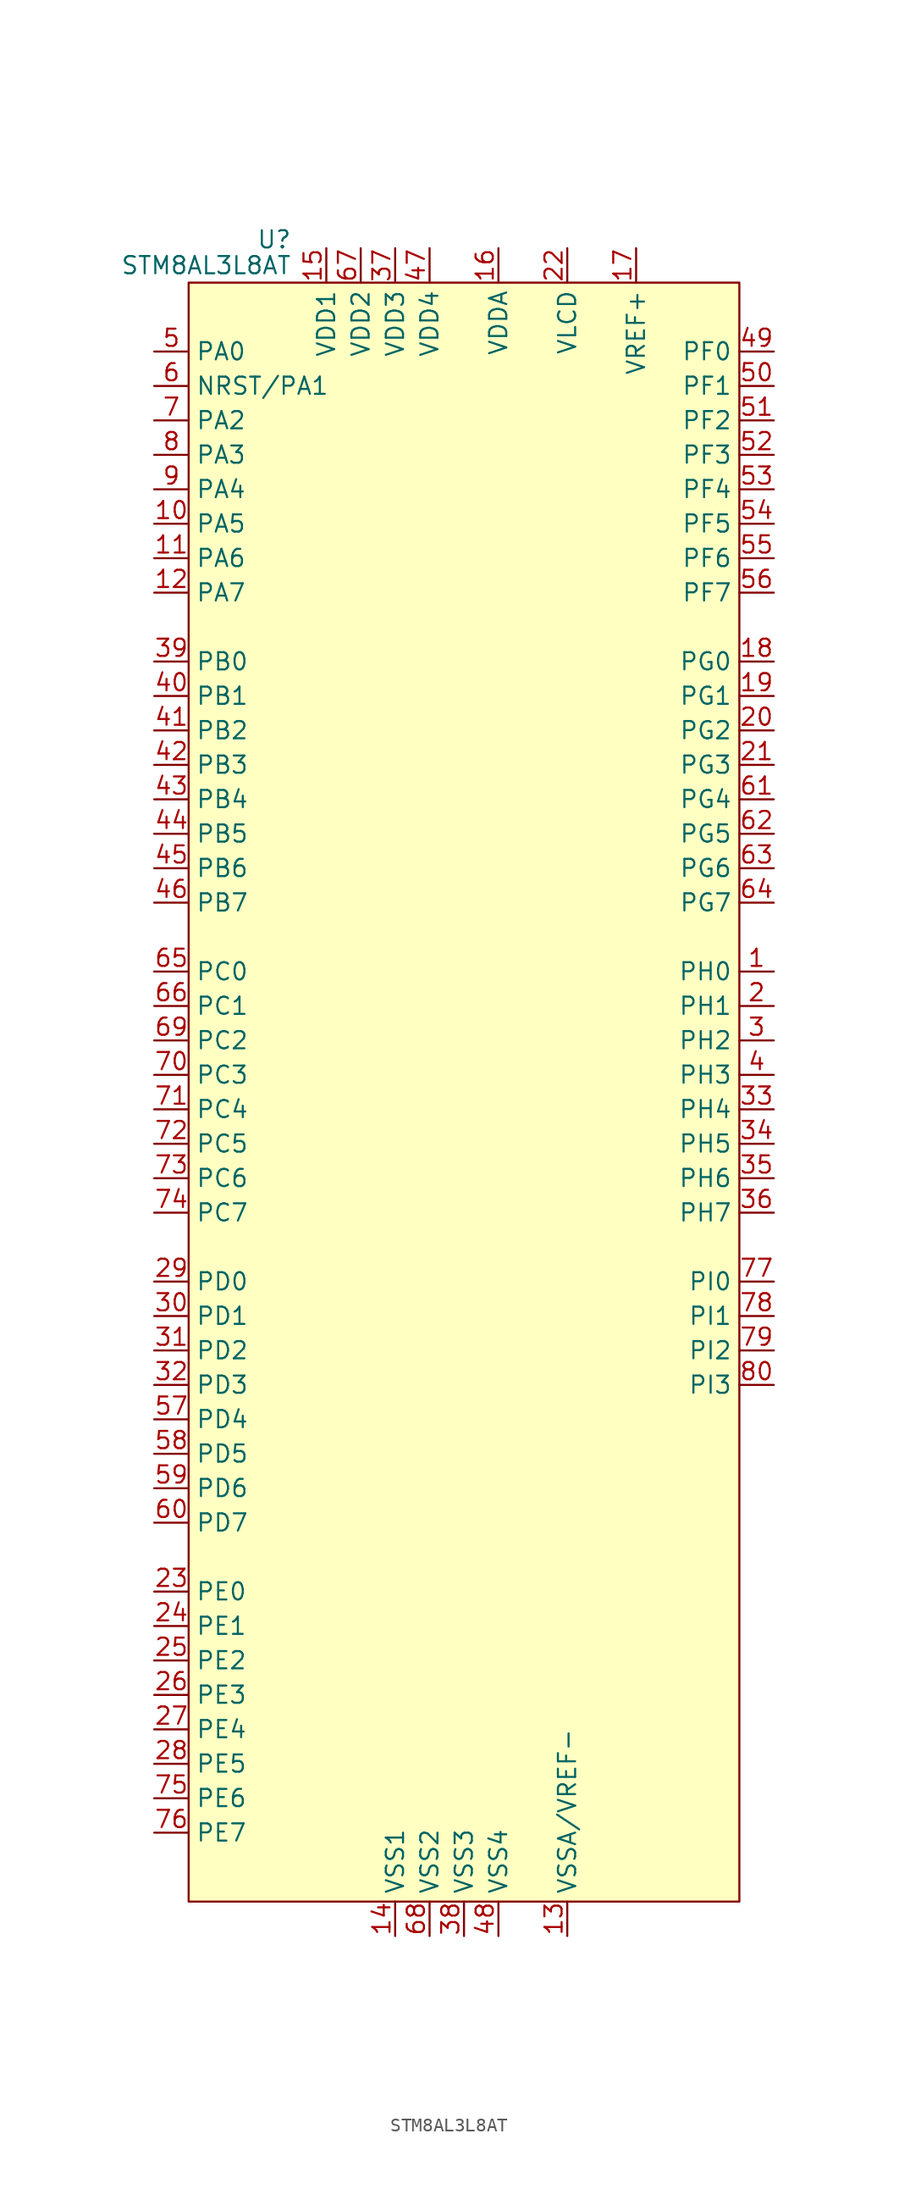
<source format=kicad_sym>
(kicad_symbol_lib
  (version 20241209)
  (generator "kicad_symbol_editor")
  (generator_version "9.0")
  (symbol "STM8AL3L8AT"
    (property "Reference" "U"
      (at -12.7 61.595 0)
      (effects (font (size 1.27 1.27)) (justify right)))
    (property "Value" "STM8AL3L8AT"
      (at -12.7 59.69 0)
      (effects (font (size 1.27 1.27)) (justify right)))
    (symbol "STM8AL3L8AT_0_0"
      (pin bidirectional line (at -22.86 53.34 0) (length 2.54) (name "PA0" (effects (font (size 1.27 1.27)))) (number "5" (effects (font (size 1.27 1.27)))))
      (pin bidirectional line (at -22.86 50.8 0) (length 2.54) (name "NRST/PA1" (effects (font (size 1.27 1.27)))) (number "6" (effects (font (size 1.27 1.27)))))
      (pin bidirectional line (at -22.86 48.26 0) (length 2.54) (name "PA2" (effects (font (size 1.27 1.27)))) (number "7" (effects (font (size 1.27 1.27)))))
      (pin bidirectional line (at -22.86 45.72 0) (length 2.54) (name "PA3" (effects (font (size 1.27 1.27)))) (number "8" (effects (font (size 1.27 1.27)))))
      (pin bidirectional line (at -22.86 43.18 0) (length 2.54) (name "PA4" (effects (font (size 1.27 1.27)))) (number "9" (effects (font (size 1.27 1.27)))))
      (pin bidirectional line (at -22.86 40.64 0) (length 2.54) (name "PA5" (effects (font (size 1.27 1.27)))) (number "10" (effects (font (size 1.27 1.27)))))
      (pin bidirectional line (at -22.86 38.1 0) (length 2.54) (name "PA6" (effects (font (size 1.27 1.27)))) (number "11" (effects (font (size 1.27 1.27)))))
      (pin bidirectional line (at -22.86 35.56 0) (length 2.54) (name "PA7" (effects (font (size 1.27 1.27)))) (number "12" (effects (font (size 1.27 1.27)))))
      (pin bidirectional line (at -22.86 30.48 0) (length 2.54) (name "PB0" (effects (font (size 1.27 1.27)))) (number "39" (effects (font (size 1.27 1.27)))))
      (pin bidirectional line (at -22.86 27.94 0) (length 2.54) (name "PB1" (effects (font (size 1.27 1.27)))) (number "40" (effects (font (size 1.27 1.27)))))
      (pin bidirectional line (at -22.86 25.4 0) (length 2.54) (name "PB2" (effects (font (size 1.27 1.27)))) (number "41" (effects (font (size 1.27 1.27)))))
      (pin bidirectional line (at -22.86 22.86 0) (length 2.54) (name "PB3" (effects (font (size 1.27 1.27)))) (number "42" (effects (font (size 1.27 1.27)))))
      (pin bidirectional line (at -22.86 20.32 0) (length 2.54) (name "PB4" (effects (font (size 1.27 1.27)))) (number "43" (effects (font (size 1.27 1.27)))))
      (pin bidirectional line (at -22.86 17.78 0) (length 2.54) (name "PB5" (effects (font (size 1.27 1.27)))) (number "44" (effects (font (size 1.27 1.27)))))
      (pin bidirectional line (at -22.86 15.24 0) (length 2.54) (name "PB6" (effects (font (size 1.27 1.27)))) (number "45" (effects (font (size 1.27 1.27)))))
      (pin bidirectional line (at -22.86 12.7 0) (length 2.54) (name "PB7" (effects (font (size 1.27 1.27)))) (number "46" (effects (font (size 1.27 1.27)))))
      (pin bidirectional line (at -22.86 7.62 0) (length 2.54) (name "PC0" (effects (font (size 1.27 1.27)))) (number "65" (effects (font (size 1.27 1.27)))))
      (pin bidirectional line (at -22.86 5.08 0) (length 2.54) (name "PC1" (effects (font (size 1.27 1.27)))) (number "66" (effects (font (size 1.27 1.27)))))
      (pin bidirectional line (at -22.86 2.54 0) (length 2.54) (name "PC2" (effects (font (size 1.27 1.27)))) (number "69" (effects (font (size 1.27 1.27)))))
      (pin bidirectional line (at -22.86 0 0) (length 2.54) (name "PC3" (effects (font (size 1.27 1.27)))) (number "70" (effects (font (size 1.27 1.27)))))
      (pin bidirectional line (at -22.86 -2.54 0) (length 2.54) (name "PC4" (effects (font (size 1.27 1.27)))) (number "71" (effects (font (size 1.27 1.27)))))
      (pin bidirectional line (at -22.86 -5.08 0) (length 2.54) (name "PC5" (effects (font (size 1.27 1.27)))) (number "72" (effects (font (size 1.27 1.27)))))
      (pin bidirectional line (at -22.86 -7.62 0) (length 2.54) (name "PC6" (effects (font (size 1.27 1.27)))) (number "73" (effects (font (size 1.27 1.27)))))
      (pin bidirectional line (at -22.86 -10.16 0) (length 2.54) (name "PC7" (effects (font (size 1.27 1.27)))) (number "74" (effects (font (size 1.27 1.27)))))
      (pin bidirectional line (at -22.86 -15.24 0) (length 2.54) (name "PD0" (effects (font (size 1.27 1.27)))) (number "29" (effects (font (size 1.27 1.27)))))
      (pin bidirectional line (at -22.86 -17.78 0) (length 2.54) (name "PD1" (effects (font (size 1.27 1.27)))) (number "30" (effects (font (size 1.27 1.27)))))
      (pin bidirectional line (at -22.86 -20.32 0) (length 2.54) (name "PD2" (effects (font (size 1.27 1.27)))) (number "31" (effects (font (size 1.27 1.27)))))
      (pin bidirectional line (at -22.86 -22.86 0) (length 2.54) (name "PD3" (effects (font (size 1.27 1.27)))) (number "32" (effects (font (size 1.27 1.27)))))
      (pin bidirectional line (at -22.86 -25.4 0) (length 2.54) (name "PD4" (effects (font (size 1.27 1.27)))) (number "57" (effects (font (size 1.27 1.27)))))
      (pin bidirectional line (at -22.86 -27.94 0) (length 2.54) (name "PD5" (effects (font (size 1.27 1.27)))) (number "58" (effects (font (size 1.27 1.27)))))
      (pin bidirectional line (at -22.86 -30.48 0) (length 2.54) (name "PD6" (effects (font (size 1.27 1.27)))) (number "59" (effects (font (size 1.27 1.27)))))
      (pin bidirectional line (at -22.86 -33.02 0) (length 2.54) (name "PD7" (effects (font (size 1.27 1.27)))) (number "60" (effects (font (size 1.27 1.27)))))
      (pin bidirectional line (at -22.86 -38.1 0) (length 2.54) (name "PE0" (effects (font (size 1.27 1.27)))) (number "23" (effects (font (size 1.27 1.27)))))
      (pin bidirectional line (at -22.86 -40.64 0) (length 2.54) (name "PE1" (effects (font (size 1.27 1.27)))) (number "24" (effects (font (size 1.27 1.27)))))
      (pin bidirectional line (at -22.86 -43.18 0) (length 2.54) (name "PE2" (effects (font (size 1.27 1.27)))) (number "25" (effects (font (size 1.27 1.27)))))
      (pin bidirectional line (at -22.86 -45.72 0) (length 2.54) (name "PE3" (effects (font (size 1.27 1.27)))) (number "26" (effects (font (size 1.27 1.27)))))
      (pin bidirectional line (at -22.86 -48.26 0) (length 2.54) (name "PE4" (effects (font (size 1.27 1.27)))) (number "27" (effects (font (size 1.27 1.27)))))
      (pin bidirectional line (at -22.86 -50.8 0) (length 2.54) (name "PE5" (effects (font (size 1.27 1.27)))) (number "28" (effects (font (size 1.27 1.27)))))
      (pin bidirectional line (at -22.86 -53.34 0) (length 2.54) (name "PE6" (effects (font (size 1.27 1.27)))) (number "75" (effects (font (size 1.27 1.27)))))
      (pin bidirectional line (at -22.86 -55.88 0) (length 2.54) (name "PE7" (effects (font (size 1.27 1.27)))) (number "76" (effects (font (size 1.27 1.27)))))
      (pin power_in line (at -10.16 60.96 270) (length 2.54) (name "VDD1" (effects (font (size 1.27 1.27)))) (number "15" (effects (font (size 1.27 1.27)))))
      (pin power_in line (at -7.62 60.96 270) (length 2.54) (name "VDD2" (effects (font (size 1.27 1.27)))) (number "67" (effects (font (size 1.27 1.27)))))
      (pin power_in line (at -5.08 60.96 270) (length 2.54) (name "VDD3" (effects (font (size 1.27 1.27)))) (number "37" (effects (font (size 1.27 1.27)))))
      (pin power_in line (at -5.08 -63.5 90) (length 2.54) (name "VSS1" (effects (font (size 1.27 1.27)))) (number "14" (effects (font (size 1.27 1.27)))))
      (pin power_in line (at -2.54 60.96 270) (length 2.54) (name "VDD4" (effects (font (size 1.27 1.27)))) (number "47" (effects (font (size 1.27 1.27)))))
      (pin power_in line (at -2.54 -63.5 90) (length 2.54) (name "VSS2" (effects (font (size 1.27 1.27)))) (number "68" (effects (font (size 1.27 1.27)))))
      (pin power_in line (at 0 -63.5 90) (length 2.54) (name "VSS3" (effects (font (size 1.27 1.27)))) (number "38" (effects (font (size 1.27 1.27)))))
      (pin power_in line (at 2.54 60.96 270) (length 2.54) (name "VDDA" (effects (font (size 1.27 1.27)))) (number "16" (effects (font (size 1.27 1.27)))))
      (pin power_in line (at 2.54 -63.5 90) (length 2.54) (name "VSS4" (effects (font (size 1.27 1.27)))) (number "48" (effects (font (size 1.27 1.27)))))
      (pin power_in line (at 7.62 60.96 270) (length 2.54) (name "VLCD" (effects (font (size 1.27 1.27)))) (number "22" (effects (font (size 1.27 1.27)))))
      (pin power_in line (at 7.62 -63.5 90) (length 2.54) (name "VSSA/VREF-" (effects (font (size 1.27 1.27)))) (number "13" (effects (font (size 1.27 1.27)))))
      (pin power_in line (at 12.7 60.96 270) (length 2.54) (name "VREF+" (effects (font (size 1.27 1.27)))) (number "17" (effects (font (size 1.27 1.27)))))
      (pin bidirectional line (at 22.86 53.34 180) (length 2.54) (name "PF0" (effects (font (size 1.27 1.27)))) (number "49" (effects (font (size 1.27 1.27)))))
      (pin bidirectional line (at 22.86 50.8 180) (length 2.54) (name "PF1" (effects (font (size 1.27 1.27)))) (number "50" (effects (font (size 1.27 1.27)))))
      (pin bidirectional line (at 22.86 48.26 180) (length 2.54) (name "PF2" (effects (font (size 1.27 1.27)))) (number "51" (effects (font (size 1.27 1.27)))))
      (pin bidirectional line (at 22.86 45.72 180) (length 2.54) (name "PF3" (effects (font (size 1.27 1.27)))) (number "52" (effects (font (size 1.27 1.27)))))
      (pin bidirectional line (at 22.86 43.18 180) (length 2.54) (name "PF4" (effects (font (size 1.27 1.27)))) (number "53" (effects (font (size 1.27 1.27)))))
      (pin bidirectional line (at 22.86 40.64 180) (length 2.54) (name "PF5" (effects (font (size 1.27 1.27)))) (number "54" (effects (font (size 1.27 1.27)))))
      (pin bidirectional line (at 22.86 38.1 180) (length 2.54) (name "PF6" (effects (font (size 1.27 1.27)))) (number "55" (effects (font (size 1.27 1.27)))))
      (pin bidirectional line (at 22.86 35.56 180) (length 2.54) (name "PF7" (effects (font (size 1.27 1.27)))) (number "56" (effects (font (size 1.27 1.27)))))
      (pin bidirectional line (at 22.86 30.48 180) (length 2.54) (name "PG0" (effects (font (size 1.27 1.27)))) (number "18" (effects (font (size 1.27 1.27)))))
      (pin bidirectional line (at 22.86 27.94 180) (length 2.54) (name "PG1" (effects (font (size 1.27 1.27)))) (number "19" (effects (font (size 1.27 1.27)))))
      (pin bidirectional line (at 22.86 25.4 180) (length 2.54) (name "PG2" (effects (font (size 1.27 1.27)))) (number "20" (effects (font (size 1.27 1.27)))))
      (pin bidirectional line (at 22.86 22.86 180) (length 2.54) (name "PG3" (effects (font (size 1.27 1.27)))) (number "21" (effects (font (size 1.27 1.27)))))
      (pin bidirectional line (at 22.86 20.32 180) (length 2.54) (name "PG4" (effects (font (size 1.27 1.27)))) (number "61" (effects (font (size 1.27 1.27)))))
      (pin bidirectional line (at 22.86 17.78 180) (length 2.54) (name "PG5" (effects (font (size 1.27 1.27)))) (number "62" (effects (font (size 1.27 1.27)))))
      (pin bidirectional line (at 22.86 15.24 180) (length 2.54) (name "PG6" (effects (font (size 1.27 1.27)))) (number "63" (effects (font (size 1.27 1.27)))))
      (pin bidirectional line (at 22.86 12.7 180) (length 2.54) (name "PG7" (effects (font (size 1.27 1.27)))) (number "64" (effects (font (size 1.27 1.27)))))
      (pin bidirectional line (at 22.86 7.62 180) (length 2.54) (name "PH0" (effects (font (size 1.27 1.27)))) (number "1" (effects (font (size 1.27 1.27)))))
      (pin bidirectional line (at 22.86 5.08 180) (length 2.54) (name "PH1" (effects (font (size 1.27 1.27)))) (number "2" (effects (font (size 1.27 1.27)))))
      (pin bidirectional line (at 22.86 2.54 180) (length 2.54) (name "PH2" (effects (font (size 1.27 1.27)))) (number "3" (effects (font (size 1.27 1.27)))))
      (pin bidirectional line (at 22.86 0 180) (length 2.54) (name "PH3" (effects (font (size 1.27 1.27)))) (number "4" (effects (font (size 1.27 1.27)))))
      (pin bidirectional line (at 22.86 -2.54 180) (length 2.54) (name "PH4" (effects (font (size 1.27 1.27)))) (number "33" (effects (font (size 1.27 1.27)))))
      (pin bidirectional line (at 22.86 -5.08 180) (length 2.54) (name "PH5" (effects (font (size 1.27 1.27)))) (number "34" (effects (font (size 1.27 1.27)))))
      (pin bidirectional line (at 22.86 -7.62 180) (length 2.54) (name "PH6" (effects (font (size 1.27 1.27)))) (number "35" (effects (font (size 1.27 1.27)))))
      (pin bidirectional line (at 22.86 -10.16 180) (length 2.54) (name "PH7" (effects (font (size 1.27 1.27)))) (number "36" (effects (font (size 1.27 1.27)))))
      (pin bidirectional line (at 22.86 -15.24 180) (length 2.54) (name "PI0" (effects (font (size 1.27 1.27)))) (number "77" (effects (font (size 1.27 1.27)))))
      (pin bidirectional line (at 22.86 -17.78 180) (length 2.54) (name "PI1" (effects (font (size 1.27 1.27)))) (number "78" (effects (font (size 1.27 1.27)))))
      (pin bidirectional line (at 22.86 -20.32 180) (length 2.54) (name "PI2" (effects (font (size 1.27 1.27)))) (number "79" (effects (font (size 1.27 1.27)))))
      (pin bidirectional line (at 22.86 -22.86 180) (length 2.54) (name "PI3" (effects (font (size 1.27 1.27)))) (number "80" (effects (font (size 1.27 1.27))))))
    (symbol "STM8AL3L8AT_0_1"
      (rectangle (start -20.32 58.42) (end 20.32 -60.96) (stroke (width 0) (type default)) (fill (type background))))))
</source>
